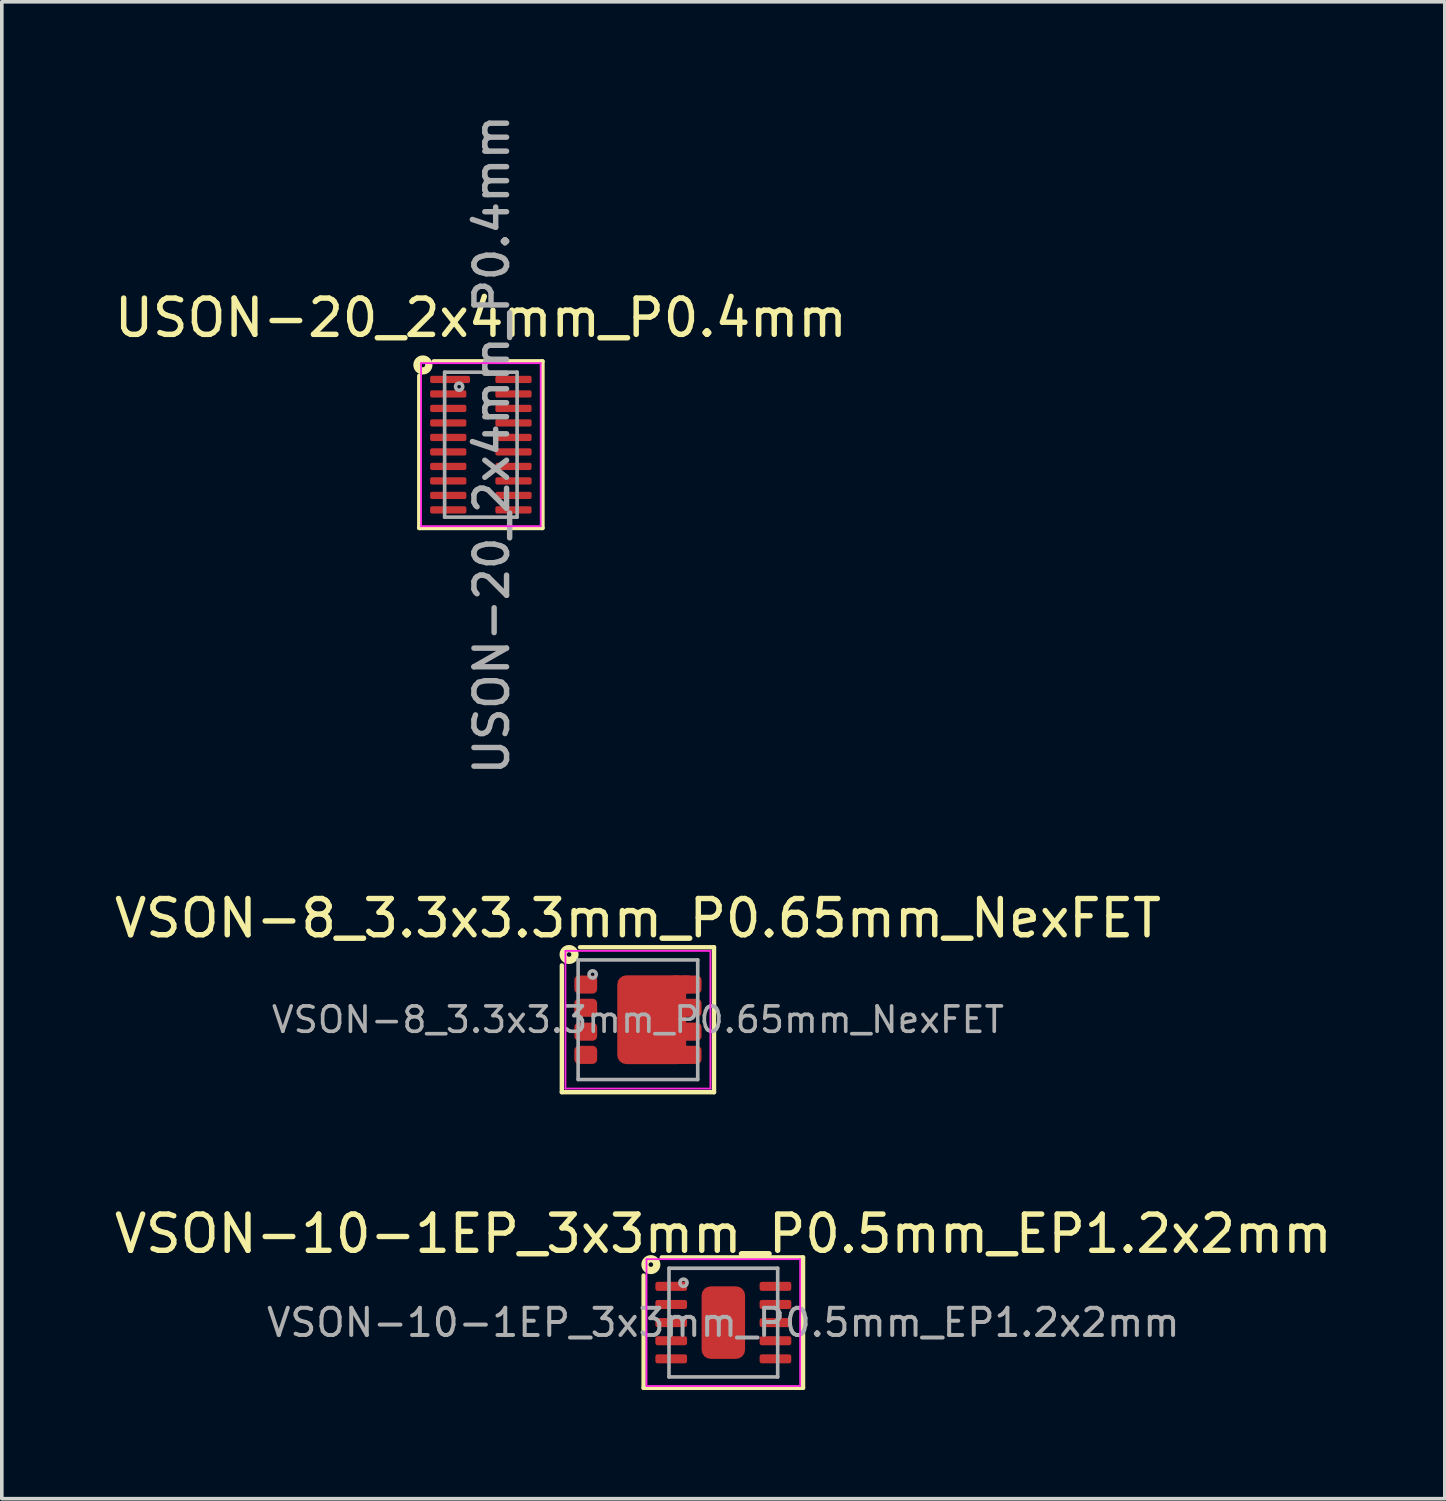
<source format=kicad_pcb>
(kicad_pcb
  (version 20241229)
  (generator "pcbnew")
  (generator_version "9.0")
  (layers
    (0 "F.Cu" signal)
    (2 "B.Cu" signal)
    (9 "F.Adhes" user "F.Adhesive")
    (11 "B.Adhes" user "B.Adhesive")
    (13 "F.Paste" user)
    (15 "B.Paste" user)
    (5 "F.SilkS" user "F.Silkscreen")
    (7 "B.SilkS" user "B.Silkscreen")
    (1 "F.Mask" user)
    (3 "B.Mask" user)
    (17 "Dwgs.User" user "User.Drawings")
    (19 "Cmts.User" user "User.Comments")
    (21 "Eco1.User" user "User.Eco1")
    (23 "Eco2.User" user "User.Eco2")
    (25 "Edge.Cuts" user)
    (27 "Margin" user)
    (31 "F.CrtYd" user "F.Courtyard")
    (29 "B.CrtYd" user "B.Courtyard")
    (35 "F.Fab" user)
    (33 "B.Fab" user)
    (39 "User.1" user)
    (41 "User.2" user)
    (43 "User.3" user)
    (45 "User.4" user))
  (footprint "VSON-10-1EP_3x3mm_P0.5mm_EP1.2x2mm"
    (layer "F.Cu")
    (at 16.911 33.448)
    (property "Reference" "VSON-10-1EP_3x3mm_P0.5mm_EP1.2x2mm" (at 0 -2.45 0) (layer "F.SilkS") (effects (font (size 1 1) (thickness 0.15))))
    (attr smd)
    (fp_line (start -2.2 1.8) (end -2.2 -1.3) (stroke (width 0.12) (type solid)) (layer "F.SilkS"))
    (fp_line (start -1.7 -1.8) (end 2.2 -1.8) (stroke (width 0.12) (type solid)) (layer "F.SilkS"))
    (fp_line (start 2.2 -1.8) (end 2.2 1.8) (stroke (width 0.12) (type solid)) (layer "F.SilkS"))
    (fp_line (start 2.2 1.8) (end -2.2 1.8) (stroke (width 0.12) (type solid)) (layer "F.SilkS"))
    (fp_circle (center -2 -1.6) (end -1.937 -1.6) (stroke (width 0.2) (type solid)) (fill no) (layer "F.SilkS"))
    (fp_line (start -2.12 -1.75) (end -2.12 1.75) (stroke (width 0.05) (type solid)) (layer "F.CrtYd"))
    (fp_line (start -2.12 1.75) (end 2.12 1.75) (stroke (width 0.05) (type solid)) (layer "F.CrtYd"))
    (fp_line (start 2.12 -1.75) (end -2.12 -1.75) (stroke (width 0.05) (type solid)) (layer "F.CrtYd"))
    (fp_line (start 2.12 1.75) (end 2.12 -1.75) (stroke (width 0.05) (type solid)) (layer "F.CrtYd"))
    (fp_line (start -1.5 -1.5) (end 1.5 -1.5) (stroke (width 0.1) (type solid)) (layer "F.Fab"))
    (fp_line (start -1.5 1.5) (end -1.5 -1.5) (stroke (width 0.1) (type solid)) (layer "F.Fab"))
    (fp_line (start 1.5 -1.5) (end 1.5 1.5) (stroke (width 0.1) (type solid)) (layer "F.Fab"))
    (fp_line (start 1.5 1.5) (end -1.5 1.5) (stroke (width 0.1) (type solid)) (layer "F.Fab"))
    (fp_circle (center -1.1 -1.1) (end -1 -1.1) (stroke (width 0.1) (type solid)) (fill no) (layer "F.Fab"))
    (fp_text user "${REFERENCE}" (at 0 0 0) (layer "F.Fab") (effects (font (size 0.75 0.75) (thickness 0.11))))
    (pad "" smd roundrect (at -0.3 -0.5) (size 0.48 0.81) (layers "F.Paste") (roundrect_rratio 0.25))
    (pad "" smd roundrect (at -0.3 0.5) (size 0.48 0.81) (layers "F.Paste") (roundrect_rratio 0.25))
    (pad "" smd roundrect (at 0.3 -0.5) (size 0.48 0.81) (layers "F.Paste") (roundrect_rratio 0.25))
    (pad "" smd roundrect (at 0.3 0.5) (size 0.48 0.81) (layers "F.Paste") (roundrect_rratio 0.25))
    (pad "1" smd roundrect (at -1.438 -1) (size 0.875 0.25) (layers "F.Cu" "F.Mask" "F.Paste") (roundrect_rratio 0.25))
    (pad "2" smd roundrect (at -1.438 -0.5) (size 0.875 0.25) (layers "F.Cu" "F.Mask" "F.Paste") (roundrect_rratio 0.25))
    (pad "3" smd roundrect (at -1.438 0) (size 0.875 0.25) (layers "F.Cu" "F.Mask" "F.Paste") (roundrect_rratio 0.25))
    (pad "4" smd roundrect (at -1.438 0.5) (size 0.875 0.25) (layers "F.Cu" "F.Mask" "F.Paste") (roundrect_rratio 0.25))
    (pad "5" smd roundrect (at -1.438 1) (size 0.875 0.25) (layers "F.Cu" "F.Mask" "F.Paste") (roundrect_rratio 0.25))
    (pad "6" smd roundrect (at 1.438 1) (size 0.875 0.25) (layers "F.Cu" "F.Mask" "F.Paste") (roundrect_rratio 0.25))
    (pad "7" smd roundrect (at 1.438 0.5) (size 0.875 0.25) (layers "F.Cu" "F.Mask" "F.Paste") (roundrect_rratio 0.25))
    (pad "8" smd roundrect (at 1.438 0) (size 0.875 0.25) (layers "F.Cu" "F.Mask" "F.Paste") (roundrect_rratio 0.25))
    (pad "9" smd roundrect (at 1.438 -0.5) (size 0.875 0.25) (layers "F.Cu" "F.Mask" "F.Paste") (roundrect_rratio 0.25))
    (pad "10" smd roundrect (at 1.438 -1) (size 0.875 0.25) (layers "F.Cu" "F.Mask" "F.Paste") (roundrect_rratio 0.25))
    (pad "11" smd roundrect (at 0 0) (size 1.2 2) (layers "F.Cu" "F.Mask") (roundrect_rratio 0.208)))
  (footprint "VSON-8_3.3x3.3mm_P0.65mm_NexFET"
    (layer "F.Cu")
    (at 14.554 25.09)
    (property "Reference" "VSON-8_3.3x3.3mm_P0.65mm_NexFET" (at 0 -2.8 0) (layer "F.SilkS") (effects (font (size 1 1) (thickness 0.15))))
    (attr smd)
    (fp_line (start -2.1 2) (end -2.1 -1.5) (stroke (width 0.12) (type solid)) (layer "F.SilkS"))
    (fp_line (start -1.6 -2) (end 2.1 -2) (stroke (width 0.12) (type solid)) (layer "F.SilkS"))
    (fp_line (start 2.1 -2) (end 2.1 2) (stroke (width 0.12) (type solid)) (layer "F.SilkS"))
    (fp_line (start 2.1 2) (end -2.1 2) (stroke (width 0.12) (type solid)) (layer "F.SilkS"))
    (fp_circle (center -1.9 -1.8) (end -1.837 -1.8) (stroke (width 0.2) (type solid)) (fill no) (layer "F.SilkS"))
    (fp_line (start -2 -1.9) (end -2 1.9) (stroke (width 0.05) (type solid)) (layer "F.CrtYd"))
    (fp_line (start -2 -1.9) (end 2 -1.9) (stroke (width 0.05) (type solid)) (layer "F.CrtYd"))
    (fp_line (start -2 1.9) (end 2 1.9) (stroke (width 0.05) (type solid)) (layer "F.CrtYd"))
    (fp_line (start 2 -1.9) (end 2 1.9) (stroke (width 0.05) (type solid)) (layer "F.CrtYd"))
    (fp_line (start -1.65 -1.65) (end 1.65 -1.65) (stroke (width 0.1) (type solid)) (layer "F.Fab"))
    (fp_line (start -1.65 1.65) (end -1.65 -1.65) (stroke (width 0.1) (type solid)) (layer "F.Fab"))
    (fp_line (start 1.65 -1.65) (end 1.65 1.65) (stroke (width 0.1) (type solid)) (layer "F.Fab"))
    (fp_line (start 1.65 1.65) (end -1.65 1.65) (stroke (width 0.1) (type solid)) (layer "F.Fab"))
    (fp_circle (center -1.25 -1.25) (end -1.15 -1.25) (stroke (width 0.1) (type solid)) (fill no) (layer "F.Fab"))
    (fp_text user "${REFERENCE}" (at 0 0 0) (layer "F.Fab") (effects (font (size 0.7 0.7) (thickness 0.1))))
    (pad "" smd roundrect (at -0.2 -0.6) (size 0.6 1) (layers "F.Paste") (roundrect_rratio 0.25))
    (pad "" smd roundrect (at -0.2 0.6) (size 0.6 1) (layers "F.Paste") (roundrect_rratio 0.25))
    (pad "" smd roundrect (at 0.6 -0.6) (size 0.6 1) (layers "F.Paste") (roundrect_rratio 0.25))
    (pad "" smd roundrect (at 0.6 0.6) (size 0.6 1) (layers "F.Paste") (roundrect_rratio 0.25))
    (pad "1" smd roundrect (at -1.44 -0.97) (size 0.63 0.5) (layers "F.Cu" "F.Mask" "F.Paste") (roundrect_rratio 0.25))
    (pad "2" smd roundrect (at -1.44 -0.33) (size 0.63 0.5) (layers "F.Cu" "F.Mask" "F.Paste") (roundrect_rratio 0.25))
    (pad "3" smd roundrect (at -1.44 0.33) (size 0.63 0.5) (layers "F.Cu" "F.Mask" "F.Paste") (roundrect_rratio 0.25))
    (pad "4" smd roundrect (at -1.44 0.97) (size 0.63 0.5) (layers "F.Cu" "F.Mask" "F.Paste") (roundrect_rratio 0.25))
    (pad "5" smd roundrect (at 0.38 0 90) (size 2.45 1.9) (layers "F.Cu" "F.Mask") (roundrect_rratio 0.132))
    (pad "5" smd roundrect (at 1.15 0.97) (size 0.63 0.5) (layers "F.Cu" "F.Mask") (roundrect_rratio 0.25))
    (pad "5" smd roundrect (at 1.2 -0.975) (size 0.63 0.5) (layers "F.Cu" "F.Mask") (roundrect_rratio 0.25))
    (pad "5" smd roundrect (at 1.44 -0.97) (size 0.63 0.5) (layers "F.Cu" "F.Mask" "F.Paste") (roundrect_rratio 0.25))
    (pad "5" smd roundrect (at 1.44 -0.33) (size 0.63 0.5) (layers "F.Cu" "F.Mask" "F.Paste") (roundrect_rratio 0.25))
    (pad "5" smd roundrect (at 1.44 0.33) (size 0.63 0.5) (layers "F.Cu" "F.Mask" "F.Paste") (roundrect_rratio 0.25))
    (pad "5" smd roundrect (at 1.44 0.97) (size 0.63 0.5) (layers "F.Cu" "F.Mask" "F.Paste") (roundrect_rratio 0.25)))
  (footprint "USON-20_2x4mm_P0.4mm"
    (layer "F.Cu")
    (at 10.22 9.221)
    (property "Reference" "USON-20_2x4mm_P0.4mm" (at 0 -3.5 0) (layer "F.SilkS") (effects (font (size 1 1) (thickness 0.15))))
    (attr smd)
    (fp_line (start -1.7 2.3) (end -1.7 -1.9) (stroke (width 0.12) (type solid)) (layer "F.SilkS"))
    (fp_line (start -1.3 -2.3) (end 1.7 -2.3) (stroke (width 0.12) (type solid)) (layer "F.SilkS"))
    (fp_line (start 1.7 -2.3) (end 1.7 2.3) (stroke (width 0.12) (type solid)) (layer "F.SilkS"))
    (fp_line (start 1.7 2.3) (end -1.7 2.3) (stroke (width 0.12) (type solid)) (layer "F.SilkS"))
    (fp_circle (center -1.6 -2.2) (end -1.536 -2.2) (stroke (width 0.2) (type solid)) (fill no) (layer "F.SilkS"))
    (fp_line (start -1.65 -2.25) (end 1.65 -2.25) (stroke (width 0.05) (type solid)) (layer "F.CrtYd"))
    (fp_line (start -1.65 2.25) (end -1.65 -2.25) (stroke (width 0.05) (type solid)) (layer "F.CrtYd"))
    (fp_line (start 1.65 -2.25) (end 1.65 2.25) (stroke (width 0.05) (type solid)) (layer "F.CrtYd"))
    (fp_line (start 1.65 2.25) (end -1.65 2.25) (stroke (width 0.05) (type solid)) (layer "F.CrtYd"))
    (fp_line (start -1 -2) (end 1 -2) (stroke (width 0.1) (type solid)) (layer "F.Fab"))
    (fp_line (start -1 2) (end -1 -2) (stroke (width 0.1) (type solid)) (layer "F.Fab"))
    (fp_line (start 1 -2) (end 1 2) (stroke (width 0.1) (type solid)) (layer "F.Fab"))
    (fp_line (start 1 2) (end -1 2) (stroke (width 0.1) (type solid)) (layer "F.Fab"))
    (fp_circle (center -0.6 -1.6) (end -0.5 -1.6) (stroke (width 0.1) (type solid)) (fill no) (layer "F.Fab"))
    (fp_text user "${REFERENCE}" (at 0.3 0 90) (layer "F.Fab") (effects (font (size 0.9 0.9) (thickness 0.15))))
    (pad "1" smd roundrect (at -0.85 -1.8 270) (size 0.2 1.1) (layers "F.Cu" "F.Mask" "F.Paste") (roundrect_rratio 0.25))
    (pad "2" smd roundrect (at -0.9 -1.4 270) (size 0.2 1) (layers "F.Cu" "F.Mask" "F.Paste") (roundrect_rratio 0.25))
    (pad "3" smd roundrect (at -0.9 -1 270) (size 0.2 1) (layers "F.Cu" "F.Mask" "F.Paste") (roundrect_rratio 0.25))
    (pad "4" smd roundrect (at -0.9 -0.6 270) (size 0.2 1) (layers "F.Cu" "F.Mask" "F.Paste") (roundrect_rratio 0.25))
    (pad "5" smd roundrect (at -0.9 -0.2 270) (size 0.2 1) (layers "F.Cu" "F.Mask" "F.Paste") (roundrect_rratio 0.25))
    (pad "6" smd roundrect (at -0.9 0.2 270) (size 0.2 1) (layers "F.Cu" "F.Mask" "F.Paste") (roundrect_rratio 0.25))
    (pad "7" smd roundrect (at -0.9 0.6 270) (size 0.2 1) (layers "F.Cu" "F.Mask" "F.Paste") (roundrect_rratio 0.25))
    (pad "8" smd roundrect (at -0.9 1 270) (size 0.2 1) (layers "F.Cu" "F.Mask" "F.Paste") (roundrect_rratio 0.25))
    (pad "9" smd roundrect (at -0.9 1.4 270) (size 0.2 1) (layers "F.Cu" "F.Mask" "F.Paste") (roundrect_rratio 0.25))
    (pad "10" smd roundrect (at -0.9 1.8 270) (size 0.2 1) (layers "F.Cu" "F.Mask" "F.Paste") (roundrect_rratio 0.25))
    (pad "11" smd roundrect (at 0.9 1.8 270) (size 0.2 1) (layers "F.Cu" "F.Mask" "F.Paste") (roundrect_rratio 0.25))
    (pad "12" smd roundrect (at 0.9 1.4 270) (size 0.2 1) (layers "F.Cu" "F.Mask" "F.Paste") (roundrect_rratio 0.25))
    (pad "13" smd roundrect (at 0.9 1 270) (size 0.2 1) (layers "F.Cu" "F.Mask" "F.Paste") (roundrect_rratio 0.25))
    (pad "14" smd roundrect (at 0.9 0.6 270) (size 0.2 1) (layers "F.Cu" "F.Mask" "F.Paste") (roundrect_rratio 0.25))
    (pad "15" smd roundrect (at 0.9 0.2 270) (size 0.2 1) (layers "F.Cu" "F.Mask" "F.Paste") (roundrect_rratio 0.25))
    (pad "16" smd roundrect (at 0.9 -0.2 270) (size 0.2 1) (layers "F.Cu" "F.Mask" "F.Paste") (roundrect_rratio 0.25))
    (pad "17" smd roundrect (at 0.9 -0.6 270) (size 0.2 1) (layers "F.Cu" "F.Mask" "F.Paste") (roundrect_rratio 0.25))
    (pad "18" smd roundrect (at 0.9 -1 270) (size 0.2 1) (layers "F.Cu" "F.Mask" "F.Paste") (roundrect_rratio 0.25))
    (pad "19" smd roundrect (at 0.9 -1.4 270) (size 0.2 1) (layers "F.Cu" "F.Mask" "F.Paste") (roundrect_rratio 0.25))
    (pad "20" smd roundrect (at 0.9 -1.8 270) (size 0.2 1) (layers "F.Cu" "F.Mask" "F.Paste") (roundrect_rratio 0.25)))
  (gr_rect
    (start -3 -3)
    (end 36.821 38.308)
    (stroke (width 0.1) (type default))
    (fill no)
    (layer "Edge.Cuts")))
</source>
